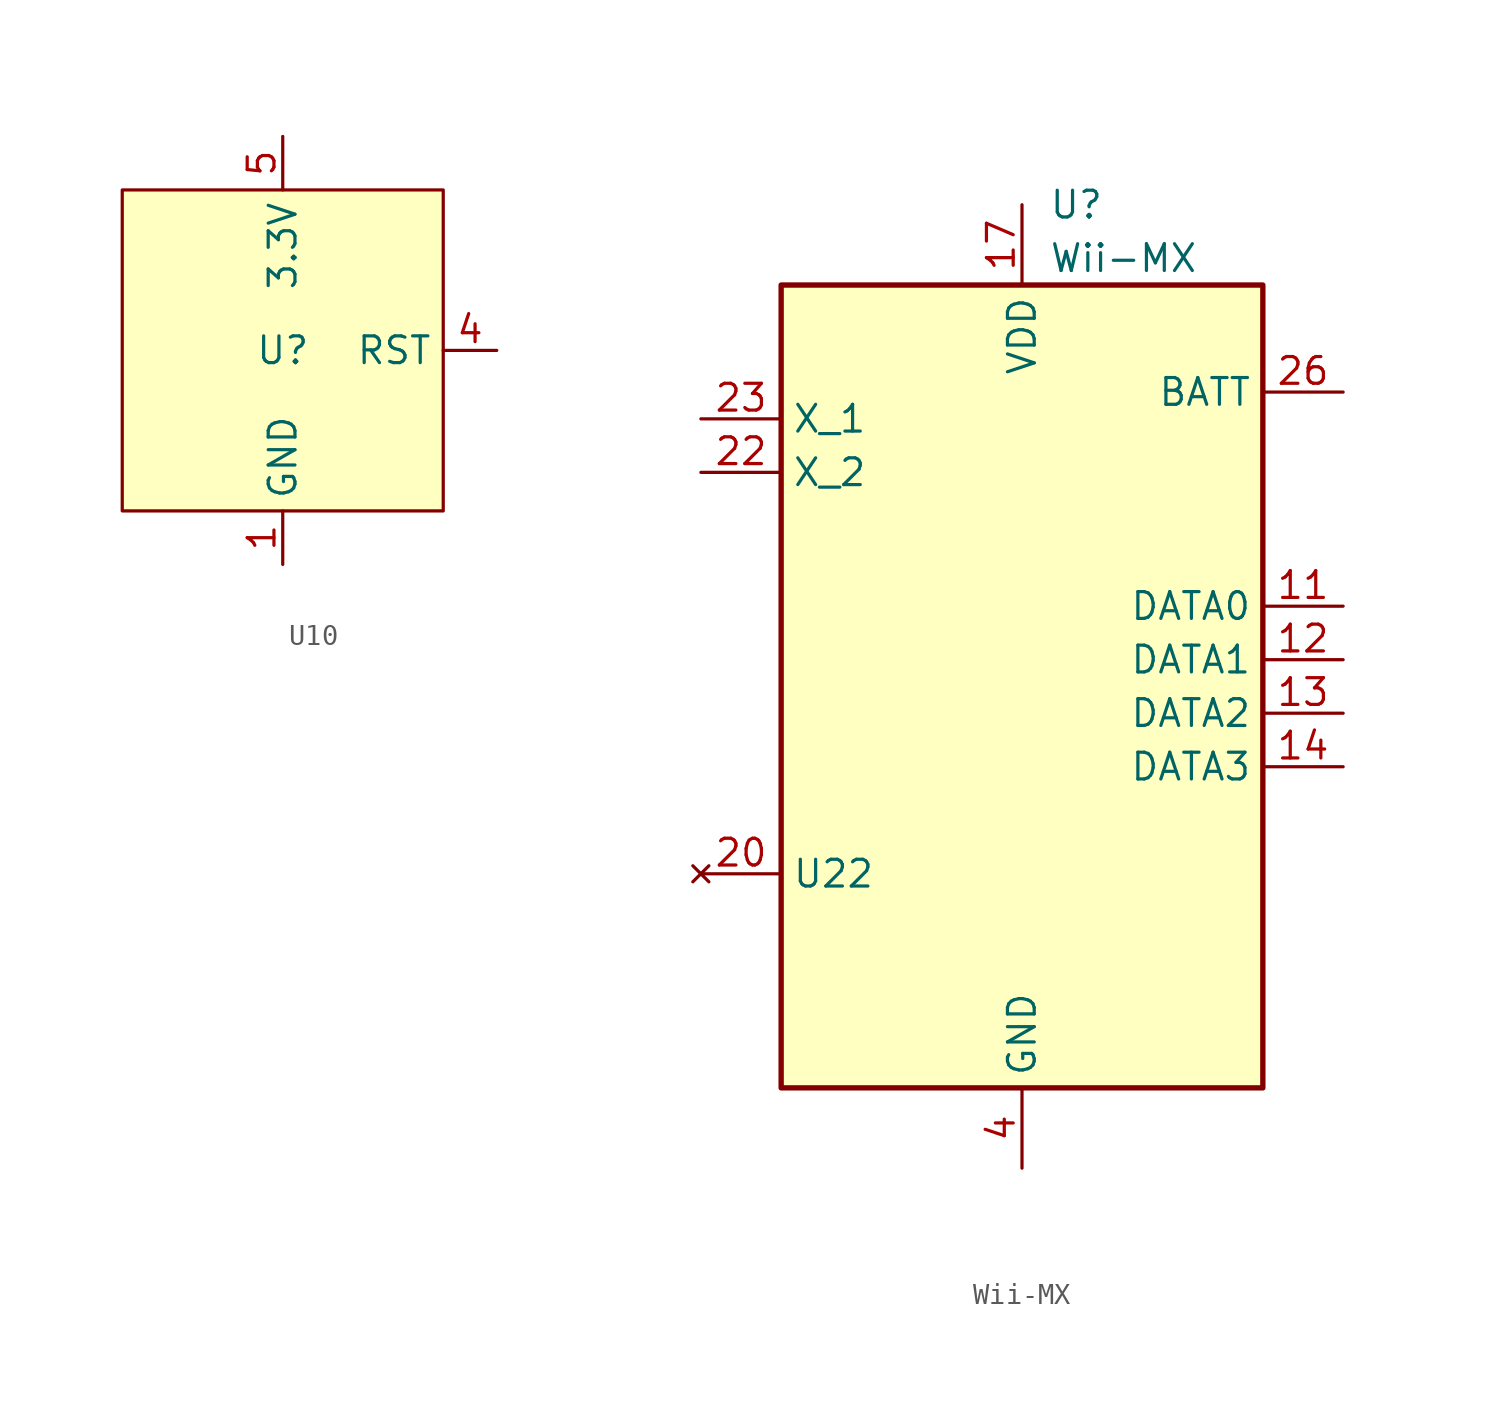
<source format=kicad_sym>
(kicad_symbol_lib
  (version 20231120)
  (generator "kicad_symbol_editor")
  (generator_version "8.0")
  (symbol "U10"
    (property "Reference" "U"
      (at 0 0 0)
      (effects (font (size 1.27 1.27))))
    (property "Value" ""
      (at 0 0 0)
      (effects (font (size 1.27 1.27))))
    (symbol "U10_1_1"
      (rectangle (start -7.62 7.62) (end 7.62 -7.62) (stroke (width 0) (type default)) (fill (type background)))
      (pin passive line (at 0 -10.16 90) (length 2.54) (name "GND" (effects (font (size 1.27 1.27)))) (number "1" (effects (font (size 1.27 1.27)))))
      (pin passive line (at 0 -10.16 90) (length 2.54) hide (name "GND" (effects (font (size 1.27 1.27)))) (number "2" (effects (font (size 1.27 1.27)))))
      (pin passive line (at 0 -10.16 90) (length 2.54) hide (name "GND" (effects (font (size 1.27 1.27)))) (number "3" (effects (font (size 1.27 1.27)))))
      (pin output line (at 10.16 0 180) (length 2.54) (name "RST" (effects (font (size 1.27 1.27)))) (number "4" (effects (font (size 1.27 1.27)))))
      (pin power_in line (at 0 10.16 270) (length 2.54) (name "3.3V" (effects (font (size 1.27 1.27)))) (number "5" (effects (font (size 1.27 1.27)))))))
  (symbol "Wii-MX"
    (property "Reference" "U"
      (at 1.27 22.86 0)
      (effects (font (size 1.27 1.27)) (justify left)))
    (property "Value" "Wii-MX"
      (at 1.27 20.32 0)
      (effects (font (size 1.27 1.27)) (justify left)))
    (symbol "Wii-MX_0_1"
      (rectangle (start -11.43 19.05) (end 11.43 -19.05) (stroke (width 0.254) (type default)) (fill (type background))))
    (symbol "Wii-MX_1_1"
      (pin passive line (at 15.24 3.81 180) (length 3.81) (name "DATA0" (effects (font (size 1.27 1.27)))) (number "11" (effects (font (size 1.27 1.27)))))
      (pin passive line (at 15.24 1.27 180) (length 3.81) (name "DATA1" (effects (font (size 1.27 1.27)))) (number "12" (effects (font (size 1.27 1.27)))))
      (pin passive line (at 15.24 -1.27 180) (length 3.81) (name "DATA2" (effects (font (size 1.27 1.27)))) (number "13" (effects (font (size 1.27 1.27)))))
      (pin passive line (at 15.24 -3.81 180) (length 3.81) (name "DATA3" (effects (font (size 1.27 1.27)))) (number "14" (effects (font (size 1.27 1.27)))))
      (pin passive line (at 0 -22.86 90) (length 3.81) hide (name "GND" (effects (font (size 1.27 1.27)))) (number "16" (effects (font (size 1.27 1.27)))))
      (pin power_in line (at 0 22.86 270) (length 3.81) (name "VDD" (effects (font (size 1.27 1.27)))) (number "17" (effects (font (size 1.27 1.27)))))
      (pin no_connect line (at -15.24 -8.89 0) (length 3.81) (name "U22" (effects (font (size 1.27 1.27)))) (number "20" (effects (font (size 1.27 1.27)))))
      (pin passive line (at -15.24 10.16 0) (length 3.81) (name "X_2" (effects (font (size 1.27 1.27)))) (number "22" (effects (font (size 1.27 1.27)))))
      (pin passive line (at -15.24 12.7 0) (length 3.81) (name "X_1" (effects (font (size 1.27 1.27)))) (number "23" (effects (font (size 1.27 1.27)))))
      (pin power_in line (at 0 22.86 270) (length 3.81) hide (name "VDD" (effects (font (size 1.27 1.27)))) (number "24" (effects (font (size 1.27 1.27)))))
      (pin power_in line (at 0 22.86 270) (length 3.81) hide (name "VDD" (effects (font (size 1.27 1.27)))) (number "25" (effects (font (size 1.27 1.27)))))
      (pin power_in line (at 15.24 13.97 180) (length 3.81) (name "BATT" (effects (font (size 1.27 1.27)))) (number "26" (effects (font (size 1.27 1.27)))))
      (pin power_in line (at 0 22.86 270) (length 3.81) hide (name "VDD" (effects (font (size 1.27 1.27)))) (number "27" (effects (font (size 1.27 1.27)))))
      (pin passive line (at 0 -22.86 90) (length 3.81) (name "GND" (effects (font (size 1.27 1.27)))) (number "4" (effects (font (size 1.27 1.27))))))))
</source>
